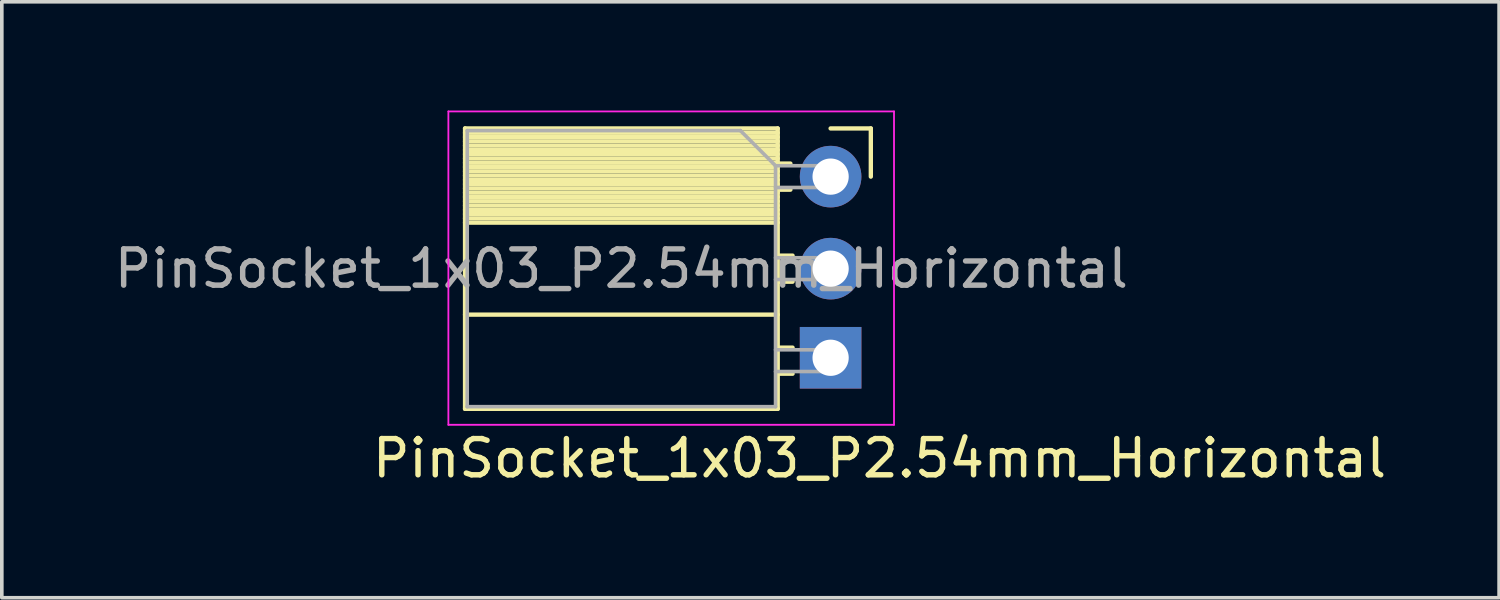
<source format=kicad_pcb>
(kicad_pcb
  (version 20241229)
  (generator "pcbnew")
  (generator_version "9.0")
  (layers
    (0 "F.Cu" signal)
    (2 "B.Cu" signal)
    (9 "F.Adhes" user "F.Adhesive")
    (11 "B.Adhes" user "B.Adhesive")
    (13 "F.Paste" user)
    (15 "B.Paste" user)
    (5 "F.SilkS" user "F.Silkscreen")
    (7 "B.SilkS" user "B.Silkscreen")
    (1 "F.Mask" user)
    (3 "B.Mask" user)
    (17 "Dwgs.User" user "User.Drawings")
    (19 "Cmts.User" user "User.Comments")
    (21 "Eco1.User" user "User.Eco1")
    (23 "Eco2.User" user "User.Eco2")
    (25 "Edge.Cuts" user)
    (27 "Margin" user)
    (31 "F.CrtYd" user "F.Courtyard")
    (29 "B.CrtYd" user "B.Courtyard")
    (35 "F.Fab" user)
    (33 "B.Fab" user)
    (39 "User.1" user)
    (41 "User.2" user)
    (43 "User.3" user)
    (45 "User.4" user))
  (footprint "PinSocket_1x03_P2.54mm_Horizontal"
    (layer "F.Cu")
    (at 19.876 1.825)
    (property "Reference" "PinSocket_1x03_P2.54mm_Horizontal" (at 1.35 7.775 0) (layer "F.SilkS") (effects (font (size 1 1) (thickness 0.15))))
    (attr through_hole)
    (fp_line (start -10.09 -1.33) (end -10.09 6.41) (stroke (width 0.12) (type solid)) (layer "F.SilkS"))
    (fp_line (start -10.09 -1.33) (end -1.46 -1.33) (stroke (width 0.12) (type solid)) (layer "F.SilkS"))
    (fp_line (start -10.09 -1.21) (end -1.46 -1.21) (stroke (width 0.12) (type solid)) (layer "F.SilkS"))
    (fp_line (start -10.09 -1.092) (end -1.46 -1.092) (stroke (width 0.12) (type solid)) (layer "F.SilkS"))
    (fp_line (start -10.09 -0.974) (end -1.46 -0.974) (stroke (width 0.12) (type solid)) (layer "F.SilkS"))
    (fp_line (start -10.09 -0.856) (end -1.46 -0.856) (stroke (width 0.12) (type solid)) (layer "F.SilkS"))
    (fp_line (start -10.09 -0.738) (end -1.46 -0.738) (stroke (width 0.12) (type solid)) (layer "F.SilkS"))
    (fp_line (start -10.09 -0.62) (end -1.46 -0.62) (stroke (width 0.12) (type solid)) (layer "F.SilkS"))
    (fp_line (start -10.09 -0.501) (end -1.46 -0.501) (stroke (width 0.12) (type solid)) (layer "F.SilkS"))
    (fp_line (start -10.09 -0.383) (end -1.46 -0.383) (stroke (width 0.12) (type solid)) (layer "F.SilkS"))
    (fp_line (start -10.09 -0.265) (end -1.46 -0.265) (stroke (width 0.12) (type solid)) (layer "F.SilkS"))
    (fp_line (start -10.09 -0.147) (end -1.46 -0.147) (stroke (width 0.12) (type solid)) (layer "F.SilkS"))
    (fp_line (start -10.09 -0.029) (end -1.46 -0.029) (stroke (width 0.12) (type solid)) (layer "F.SilkS"))
    (fp_line (start -10.09 0.089) (end -1.46 0.089) (stroke (width 0.12) (type solid)) (layer "F.SilkS"))
    (fp_line (start -10.09 0.207) (end -1.46 0.207) (stroke (width 0.12) (type solid)) (layer "F.SilkS"))
    (fp_line (start -10.09 0.325) (end -1.46 0.325) (stroke (width 0.12) (type solid)) (layer "F.SilkS"))
    (fp_line (start -10.09 0.443) (end -1.46 0.443) (stroke (width 0.12) (type solid)) (layer "F.SilkS"))
    (fp_line (start -10.09 0.561) (end -1.46 0.561) (stroke (width 0.12) (type solid)) (layer "F.SilkS"))
    (fp_line (start -10.09 0.68) (end -1.46 0.68) (stroke (width 0.12) (type solid)) (layer "F.SilkS"))
    (fp_line (start -10.09 0.798) (end -1.46 0.798) (stroke (width 0.12) (type solid)) (layer "F.SilkS"))
    (fp_line (start -10.09 0.916) (end -1.46 0.916) (stroke (width 0.12) (type solid)) (layer "F.SilkS"))
    (fp_line (start -10.09 1.034) (end -1.46 1.034) (stroke (width 0.12) (type solid)) (layer "F.SilkS"))
    (fp_line (start -10.09 1.152) (end -1.46 1.152) (stroke (width 0.12) (type solid)) (layer "F.SilkS"))
    (fp_line (start -10.09 1.27) (end -1.46 1.27) (stroke (width 0.12) (type solid)) (layer "F.SilkS"))
    (fp_line (start -10.09 3.81) (end -1.46 3.81) (stroke (width 0.12) (type solid)) (layer "F.SilkS"))
    (fp_line (start -10.09 6.41) (end -1.46 6.41) (stroke (width 0.12) (type solid)) (layer "F.SilkS"))
    (fp_line (start -1.46 -1.33) (end -1.46 6.41) (stroke (width 0.12) (type solid)) (layer "F.SilkS"))
    (fp_line (start -1.46 -0.36) (end -1.11 -0.36) (stroke (width 0.12) (type solid)) (layer "F.SilkS"))
    (fp_line (start -1.46 0.36) (end -1.11 0.36) (stroke (width 0.12) (type solid)) (layer "F.SilkS"))
    (fp_line (start -1.46 2.18) (end -1.05 2.18) (stroke (width 0.12) (type solid)) (layer "F.SilkS"))
    (fp_line (start -1.46 2.9) (end -1.05 2.9) (stroke (width 0.12) (type solid)) (layer "F.SilkS"))
    (fp_line (start -1.46 4.72) (end -1.05 4.72) (stroke (width 0.12) (type solid)) (layer "F.SilkS"))
    (fp_line (start -1.46 5.44) (end -1.05 5.44) (stroke (width 0.12) (type solid)) (layer "F.SilkS"))
    (fp_line (start 0 -1.33) (end 1.11 -1.33) (stroke (width 0.12) (type solid)) (layer "F.SilkS"))
    (fp_line (start 1.11 -1.33) (end 1.11 0) (stroke (width 0.12) (type solid)) (layer "F.SilkS"))
    (fp_line (start -10.55 -1.8) (end -10.55 6.85) (stroke (width 0.05) (type solid)) (layer "F.CrtYd"))
    (fp_line (start -10.55 6.85) (end 1.75 6.85) (stroke (width 0.05) (type solid)) (layer "F.CrtYd"))
    (fp_line (start 1.75 -1.8) (end -10.55 -1.8) (stroke (width 0.05) (type solid)) (layer "F.CrtYd"))
    (fp_line (start 1.75 6.85) (end 1.75 -1.8) (stroke (width 0.05) (type solid)) (layer "F.CrtYd"))
    (fp_line (start -10.03 -1.27) (end -2.49 -1.27) (stroke (width 0.1) (type solid)) (layer "F.Fab"))
    (fp_line (start -10.03 6.35) (end -10.03 -1.27) (stroke (width 0.1) (type solid)) (layer "F.Fab"))
    (fp_line (start -2.49 -1.27) (end -1.52 -0.3) (stroke (width 0.1) (type solid)) (layer "F.Fab"))
    (fp_line (start -1.52 -0.3) (end -1.52 6.35) (stroke (width 0.1) (type solid)) (layer "F.Fab"))
    (fp_line (start -1.52 0.3) (end 0 0.3) (stroke (width 0.1) (type solid)) (layer "F.Fab"))
    (fp_line (start -1.52 2.84) (end 0 2.84) (stroke (width 0.1) (type solid)) (layer "F.Fab"))
    (fp_line (start -1.52 5.38) (end 0 5.38) (stroke (width 0.1) (type solid)) (layer "F.Fab"))
    (fp_line (start -1.52 6.35) (end -10.03 6.35) (stroke (width 0.1) (type solid)) (layer "F.Fab"))
    (fp_line (start 0 -0.3) (end -1.52 -0.3) (stroke (width 0.1) (type solid)) (layer "F.Fab"))
    (fp_line (start 0 0.3) (end 0 -0.3) (stroke (width 0.1) (type solid)) (layer "F.Fab"))
    (fp_line (start 0 2.24) (end -1.52 2.24) (stroke (width 0.1) (type solid)) (layer "F.Fab"))
    (fp_line (start 0 2.84) (end 0 2.24) (stroke (width 0.1) (type solid)) (layer "F.Fab"))
    (fp_line (start 0 4.78) (end -1.52 4.78) (stroke (width 0.1) (type solid)) (layer "F.Fab"))
    (fp_line (start 0 5.38) (end 0 4.78) (stroke (width 0.1) (type solid)) (layer "F.Fab"))
    (fp_text user "${REFERENCE}" (at -5.775 2.54 0) (layer "F.Fab") (effects (font (size 1 1) (thickness 0.15))))
    (pad "1" thru_hole rect (at 0 5) (size 1.7 1.7) (drill 1) (layers "*.Cu" "*.Mask"))
    (pad "2" thru_hole oval (at 0 2.54) (size 1.7 1.7) (drill 1) (layers "*.Cu" "*.Mask"))
    (pad "3" thru_hole oval (at 0 0) (size 1.7 1.7) (drill 1) (layers "*.Cu" "*.Mask")))
  (gr_rect
    (start -3 -3)
    (end 38.327 13.448)
    (stroke (width 0.1) (type default))
    (fill no)
    (layer "Edge.Cuts")))
</source>
